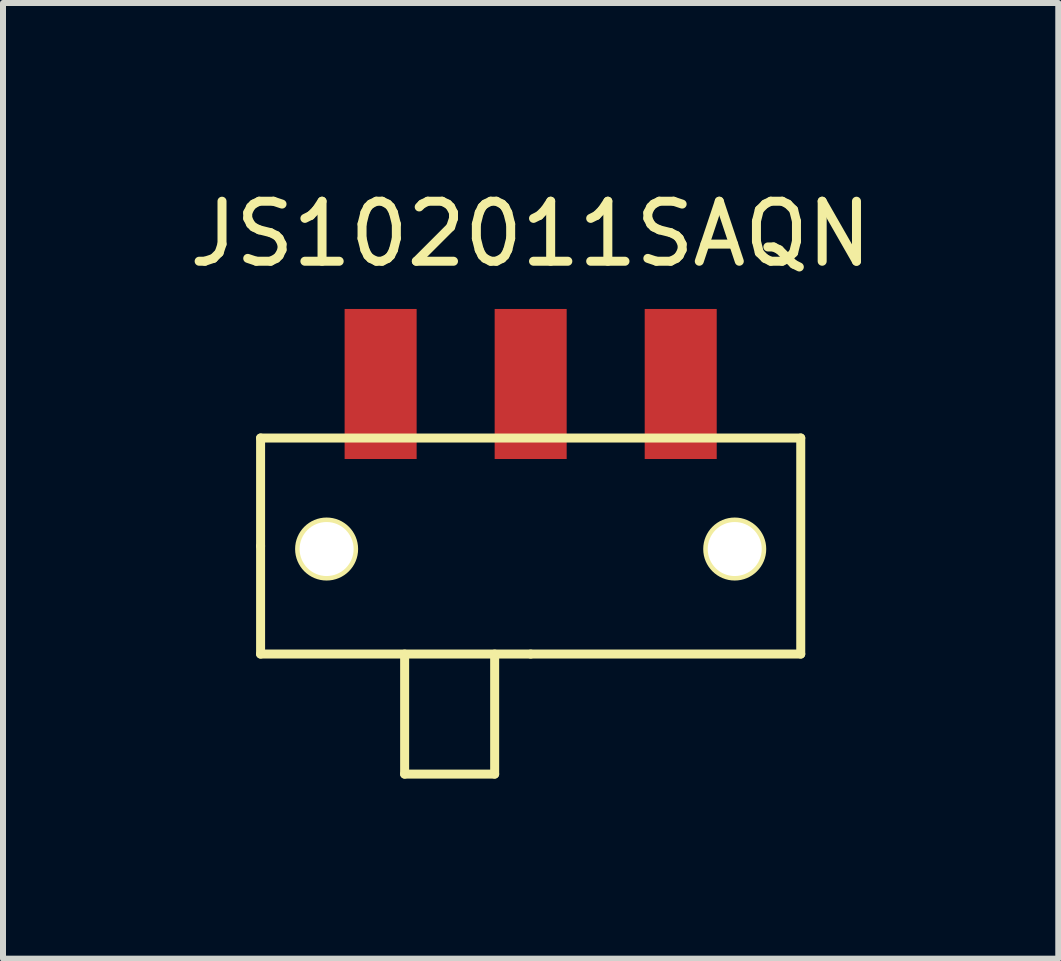
<source format=kicad_pcb>
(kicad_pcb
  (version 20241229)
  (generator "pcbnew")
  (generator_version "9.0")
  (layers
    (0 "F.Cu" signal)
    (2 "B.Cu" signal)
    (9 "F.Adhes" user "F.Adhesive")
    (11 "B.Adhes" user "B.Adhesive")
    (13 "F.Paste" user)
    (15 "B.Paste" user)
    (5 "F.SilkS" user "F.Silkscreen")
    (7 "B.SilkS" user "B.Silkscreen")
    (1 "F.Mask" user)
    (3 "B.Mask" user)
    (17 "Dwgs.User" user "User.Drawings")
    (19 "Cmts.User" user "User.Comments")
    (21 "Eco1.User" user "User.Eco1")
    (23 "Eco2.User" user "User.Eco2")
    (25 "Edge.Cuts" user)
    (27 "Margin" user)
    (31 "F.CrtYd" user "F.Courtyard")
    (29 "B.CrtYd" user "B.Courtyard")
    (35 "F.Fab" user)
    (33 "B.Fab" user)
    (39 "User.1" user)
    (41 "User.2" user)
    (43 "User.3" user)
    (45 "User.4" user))
  (footprint "JS102011SAQN"
    (layer "F.Cu")
    (at 5.792 3.348)
    (property "Reference" "JS102011SAQN" (at 0 -2.5 0) (layer "F.SilkS") (effects (font (size 1 1) (thickness 0.15))))
    (attr through_hole)
    (fp_line (start -4.5 0.9) (end -4.5 2.7) (stroke (width 0.15) (type solid)) (layer "F.SilkS"))
    (fp_line (start -4.5 2.7) (end -4.5 4.5) (stroke (width 0.15) (type solid)) (layer "F.SilkS"))
    (fp_line (start -2.1 6.5) (end -2.1 4.5) (stroke (width 0.15) (type solid)) (layer "F.SilkS"))
    (fp_line (start -0.6 4.5) (end -0.6 6.5) (stroke (width 0.15) (type solid)) (layer "F.SilkS"))
    (fp_line (start -0.6 6.5) (end -2.1 6.5) (stroke (width 0.15) (type solid)) (layer "F.SilkS"))
    (fp_line (start 0 4.5) (end -4.5 4.5) (stroke (width 0.15) (type solid)) (layer "F.SilkS"))
    (fp_line (start 0 4.5) (end 4.5 4.5) (stroke (width 0.15) (type solid)) (layer "F.SilkS"))
    (fp_line (start 4.5 0.9) (end -4.5 0.9) (stroke (width 0.15) (type solid)) (layer "F.SilkS"))
    (fp_line (start 4.5 4.5) (end 4.5 0.9) (stroke (width 0.15) (type solid)) (layer "F.SilkS"))
    (fp_circle (center -3.4 2.75) (end -3.85 2.75) (stroke (width 0.15) (type solid)) (fill no) (layer "F.SilkS"))
    (fp_circle (center 3.4 2.75) (end 3.85 2.75) (stroke (width 0.15) (type solid)) (fill no) (layer "F.SilkS"))
    (pad "" np_thru_hole circle (at -3.4 2.75) (size 0.9 0.9) (drill 0.9) (layers "*.Cu" "*.Mask" "F.SilkS"))
    (pad "" np_thru_hole circle (at 3.4 2.75) (size 0.9 0.9) (drill 0.9) (layers "*.Cu" "*.Mask" "F.SilkS"))
    (pad "1" smd rect (at -2.5 0) (size 1.2 2.5) (layers "F.Cu" "F.Mask" "F.Paste"))
    (pad "2" smd rect (at 0 0) (size 1.2 2.5) (layers "F.Cu" "F.Mask" "F.Paste"))
    (pad "3" smd rect (at 2.5 0) (size 1.2 2.5) (layers "F.Cu" "F.Mask" "F.Paste")))
  (gr_rect
    (start -3 -3)
    (end 14.583 12.923)
    (stroke (width 0.1) (type default))
    (fill no)
    (layer "Edge.Cuts")))
</source>
